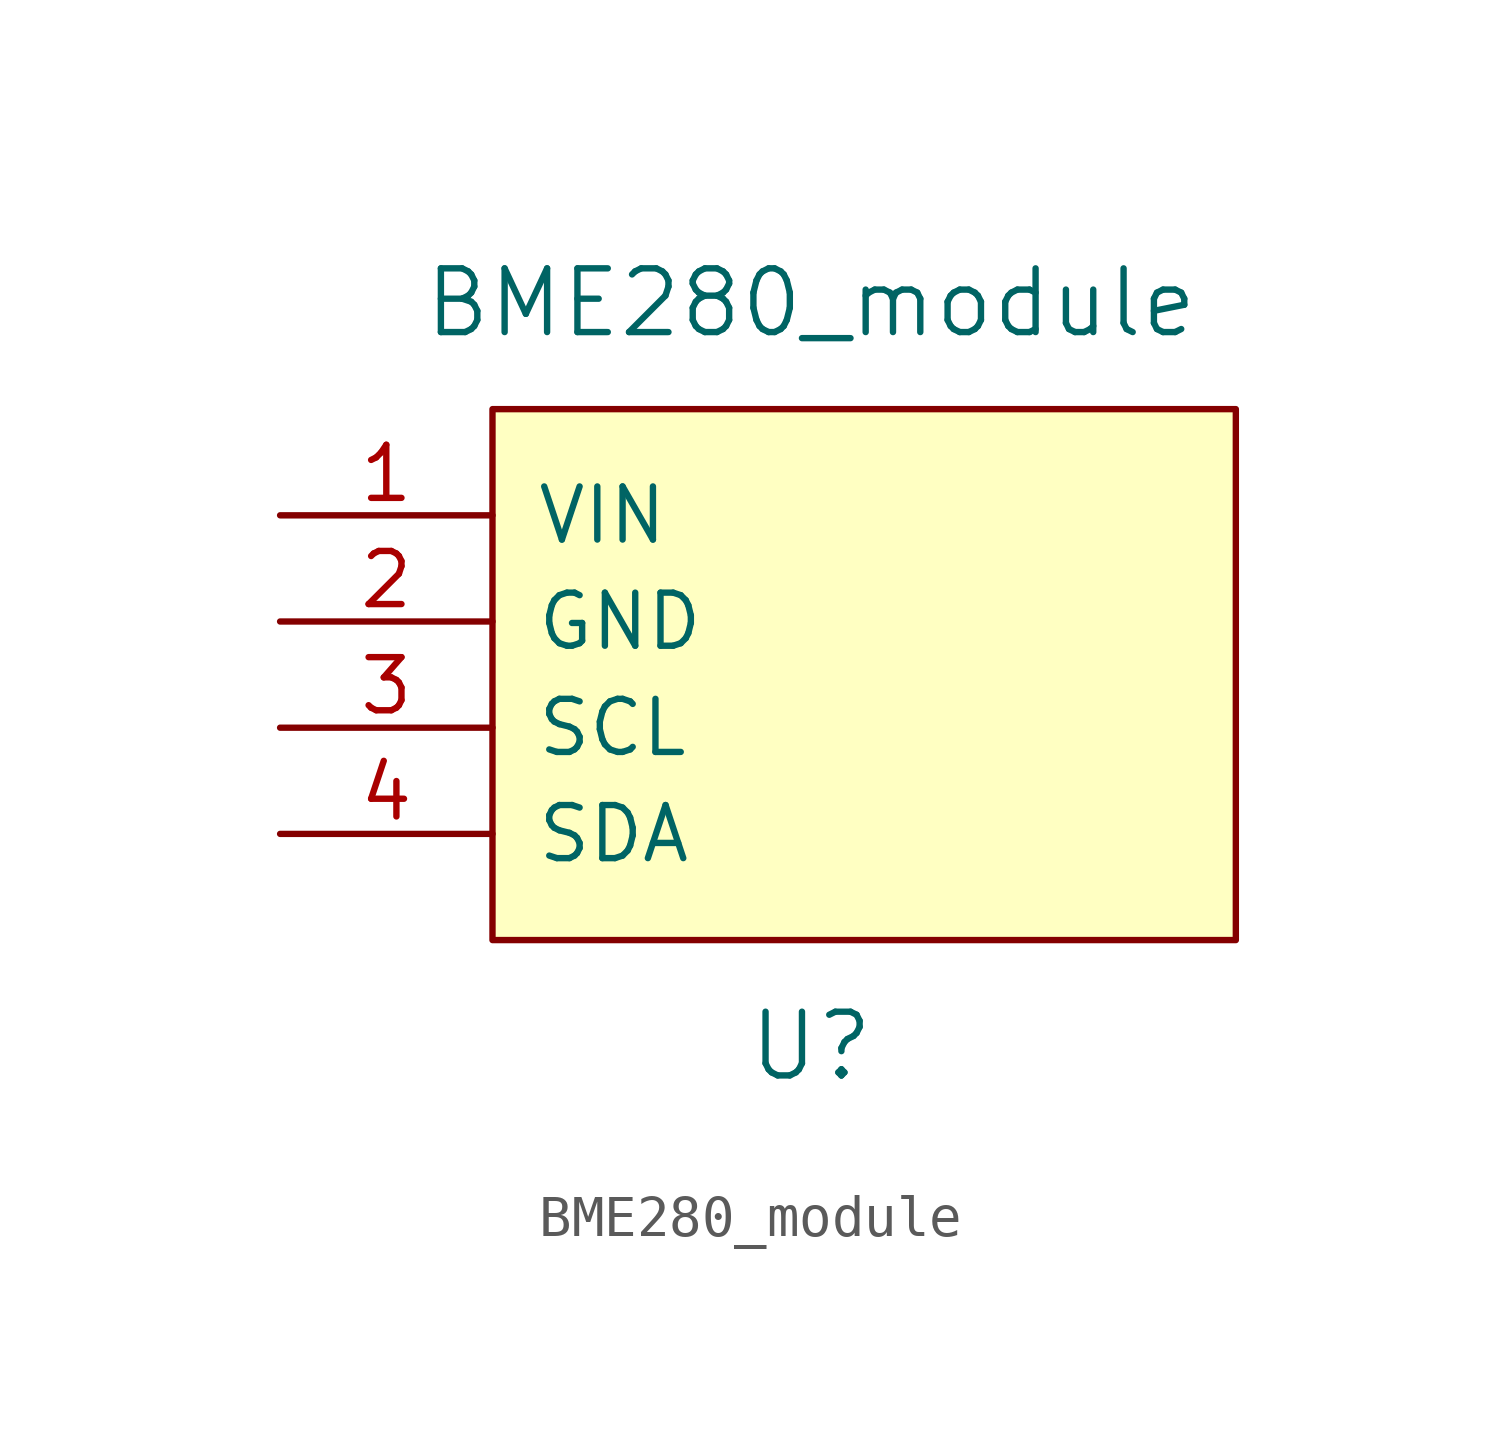
<source format=kicad_sym>
(kicad_symbol_lib
  (version 20211014)
  (generator kicad_symbol_editor)
  (symbol "BME280_module"
    (pin_names
      (offset 1.016))
    (property "Reference" "U"
      (at 0 -10.16 0)
      (effects (font (size 1.524 1.524))))
    (property "Value" "BME280_module"
      (at 0 7.62 0)
      (effects (font (size 1.524 1.524))))
    (symbol "BME280_module_0_1"
      (rectangle (start -7.62 5.08) (end 10.16 -7.62) (stroke (width 0) (type default) (color 0 0 0 0)) (fill (type background))))
    (symbol "BME280_module_1_1"
      (pin power_in line (at -12.7 2.54 0) (length 5.08) (name "VIN" (effects (font (size 1.27 1.27)))) (number "1" (effects (font (size 1.27 1.27)))))
      (pin power_out line (at -12.7 0 0) (length 5.08) (name "GND" (effects (font (size 1.27 1.27)))) (number "2" (effects (font (size 1.27 1.27)))))
      (pin input line (at -12.7 -2.54 0) (length 5.08) (name "SCL" (effects (font (size 1.27 1.27)))) (number "3" (effects (font (size 1.27 1.27)))))
      (pin bidirectional line (at -12.7 -5.08 0) (length 5.08) (name "SDA" (effects (font (size 1.27 1.27)))) (number "4" (effects (font (size 1.27 1.27))))))))
</source>
